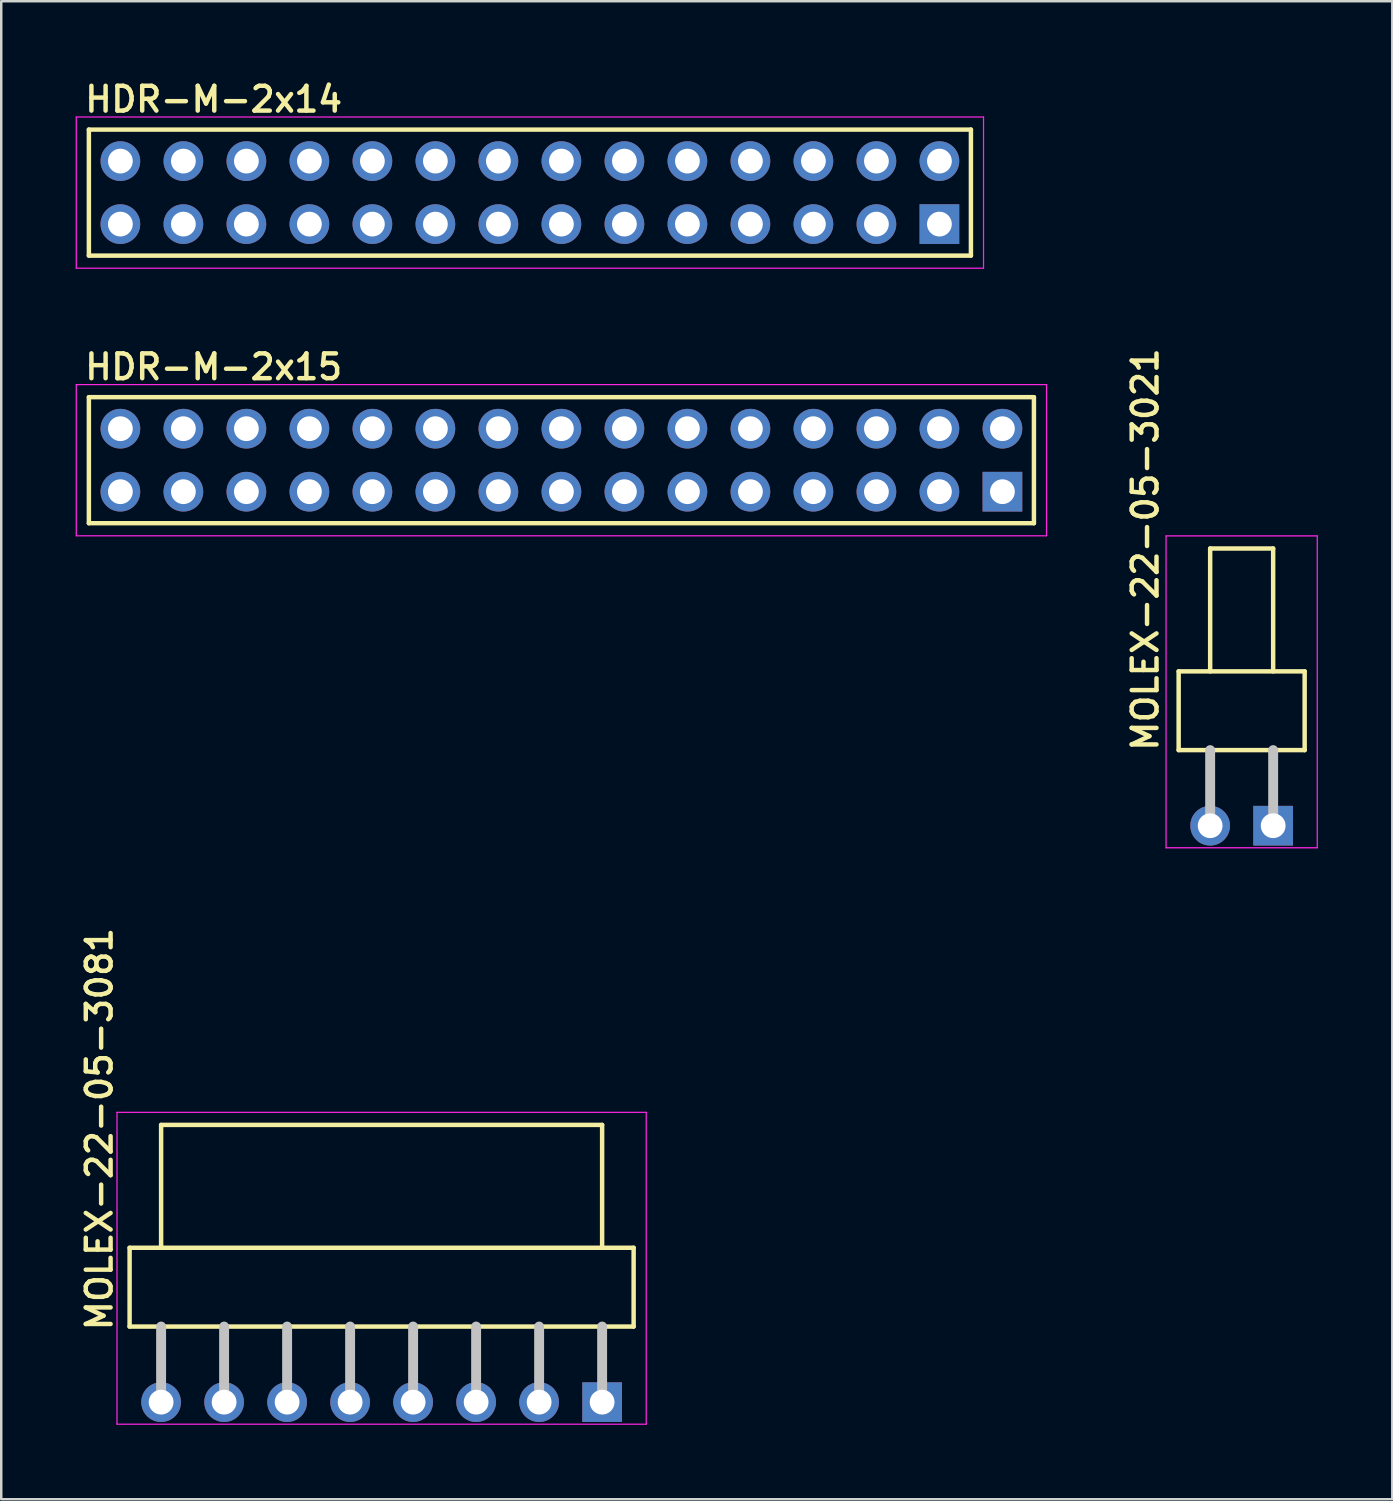
<source format=kicad_pcb>
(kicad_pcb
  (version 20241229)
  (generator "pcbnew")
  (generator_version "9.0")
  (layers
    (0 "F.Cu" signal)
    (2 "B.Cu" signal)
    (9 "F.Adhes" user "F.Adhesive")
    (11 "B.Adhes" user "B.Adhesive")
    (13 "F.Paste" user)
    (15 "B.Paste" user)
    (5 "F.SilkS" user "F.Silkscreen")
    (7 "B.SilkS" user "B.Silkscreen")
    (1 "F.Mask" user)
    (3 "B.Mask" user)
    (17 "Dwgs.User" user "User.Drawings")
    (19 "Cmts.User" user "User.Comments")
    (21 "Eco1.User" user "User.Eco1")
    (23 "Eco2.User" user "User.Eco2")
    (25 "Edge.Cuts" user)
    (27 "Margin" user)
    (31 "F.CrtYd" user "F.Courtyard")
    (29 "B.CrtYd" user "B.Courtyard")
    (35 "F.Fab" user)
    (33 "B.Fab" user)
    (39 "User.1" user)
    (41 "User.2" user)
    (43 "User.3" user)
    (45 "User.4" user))
  (footprint "MOLEX-22-05-3021"
    (layer "F.Cu")
    (at 47.008 30.239)
    (property "Reference" "MOLEX-22-05-3021" (at -3.302 -2.921 90) (layer "F.SilkS") (effects (font (size 1 1) (thickness 0.18)) (justify left bottom)))
    (attr through_hole)
    (fp_line (start -2.54 -6.223) (end -2.54 -3.048) (stroke (width 0.18) (type solid)) (layer "F.SilkS"))
    (fp_line (start -2.54 -3.048) (end 2.54 -3.048) (stroke (width 0.18) (type solid)) (layer "F.SilkS"))
    (fp_line (start -1.27 -11.176) (end 1.27 -11.176) (stroke (width 0.18) (type solid)) (layer "F.SilkS"))
    (fp_line (start -1.27 -6.223) (end -1.27 -11.176) (stroke (width 0.18) (type solid)) (layer "F.SilkS"))
    (fp_line (start 1.27 -6.223) (end 1.27 -11.176) (stroke (width 0.18) (type solid)) (layer "F.SilkS"))
    (fp_line (start 2.54 -6.223) (end -2.54 -6.223) (stroke (width 0.18) (type solid)) (layer "F.SilkS"))
    (fp_line (start 2.54 -3.048) (end 2.54 -6.223) (stroke (width 0.18) (type solid)) (layer "F.SilkS"))
    (fp_line (start -1.27 -3.048) (end -1.27 0) (stroke (width 0.4) (type solid)) (layer "Dwgs.User"))
    (fp_line (start 1.27 -3.048) (end 1.27 0) (stroke (width 0.4) (type solid)) (layer "Dwgs.User"))
    (fp_line (start -3.048 -11.684) (end 3.048 -11.684) (stroke (width 0.05) (type solid)) (layer "F.CrtYd"))
    (fp_line (start -3.048 0.889) (end -3.048 -11.684) (stroke (width 0.05) (type solid)) (layer "F.CrtYd"))
    (fp_line (start 3.048 -11.684) (end 3.048 0.889) (stroke (width 0.05) (type solid)) (layer "F.CrtYd"))
    (fp_line (start 3.048 0.889) (end -3.048 0.889) (stroke (width 0.05) (type solid)) (layer "F.CrtYd"))
    (pad "1" thru_hole rect (at 1.27 0) (size 1.6 1.6) (drill 1) (layers "*.Cu" "*.Mask"))
    (pad "2" thru_hole circle (at -1.27 0) (size 1.6 1.6) (drill 1) (layers "*.Cu" "*.Mask")))
  (footprint "MOLEX-22-05-3081"
    (layer "F.Cu")
    (at 12.335 53.478)
    (property "Reference" "MOLEX-22-05-3081" (at -10.795 -2.794 90) (layer "F.SilkS") (effects (font (size 1 1) (thickness 0.18)) (justify left bottom)))
    (attr through_hole)
    (fp_line (start -10.16 -6.223) (end -10.16 -3.048) (stroke (width 0.18) (type solid)) (layer "F.SilkS"))
    (fp_line (start -10.16 -3.048) (end 10.16 -3.048) (stroke (width 0.18) (type solid)) (layer "F.SilkS"))
    (fp_line (start -8.89 -6.223) (end -8.89 -11.176) (stroke (width 0.18) (type solid)) (layer "F.SilkS"))
    (fp_line (start 8.89 -11.176) (end -8.89 -11.176) (stroke (width 0.18) (type solid)) (layer "F.SilkS"))
    (fp_line (start 8.89 -6.223) (end 8.89 -11.176) (stroke (width 0.18) (type solid)) (layer "F.SilkS"))
    (fp_line (start 10.16 -6.223) (end -10.16 -6.223) (stroke (width 0.18) (type solid)) (layer "F.SilkS"))
    (fp_line (start 10.16 -3.048) (end 10.16 -6.223) (stroke (width 0.18) (type solid)) (layer "F.SilkS"))
    (fp_line (start -8.89 -3.048) (end -8.89 0) (stroke (width 0.4) (type solid)) (layer "Dwgs.User"))
    (fp_line (start -6.35 -3.048) (end -6.35 0) (stroke (width 0.4) (type solid)) (layer "Dwgs.User"))
    (fp_line (start -3.81 -3.048) (end -3.81 0) (stroke (width 0.4) (type solid)) (layer "Dwgs.User"))
    (fp_line (start -1.27 -3.048) (end -1.27 0) (stroke (width 0.4) (type solid)) (layer "Dwgs.User"))
    (fp_line (start 1.27 -3.048) (end 1.27 0) (stroke (width 0.4) (type solid)) (layer "Dwgs.User"))
    (fp_line (start 3.81 -3.048) (end 3.81 0) (stroke (width 0.4) (type solid)) (layer "Dwgs.User"))
    (fp_line (start 6.35 -3.048) (end 6.35 0) (stroke (width 0.4) (type solid)) (layer "Dwgs.User"))
    (fp_line (start 8.89 -3.048) (end 8.89 0) (stroke (width 0.4) (type solid)) (layer "Dwgs.User"))
    (fp_line (start -10.668 -11.684) (end 10.668 -11.684) (stroke (width 0.05) (type solid)) (layer "F.CrtYd"))
    (fp_line (start -10.668 0.889) (end -10.668 -11.684) (stroke (width 0.05) (type solid)) (layer "F.CrtYd"))
    (fp_line (start 10.668 -11.684) (end 10.668 0.889) (stroke (width 0.05) (type solid)) (layer "F.CrtYd"))
    (fp_line (start 10.668 0.889) (end -10.668 0.889) (stroke (width 0.05) (type solid)) (layer "F.CrtYd"))
    (pad "1" thru_hole rect (at 8.89 0) (size 1.6 1.6) (drill 1) (layers "*.Cu" "*.Mask"))
    (pad "2" thru_hole circle (at 6.35 0) (size 1.6 1.6) (drill 1) (layers "*.Cu" "*.Mask"))
    (pad "3" thru_hole circle (at 3.81 0) (size 1.6 1.6) (drill 1) (layers "*.Cu" "*.Mask"))
    (pad "4" thru_hole circle (at 1.27 0) (size 1.6 1.6) (drill 1) (layers "*.Cu" "*.Mask"))
    (pad "5" thru_hole circle (at -1.27 0) (size 1.6 1.6) (drill 1) (layers "*.Cu" "*.Mask"))
    (pad "6" thru_hole circle (at -3.81 0) (size 1.6 1.6) (drill 1) (layers "*.Cu" "*.Mask"))
    (pad "7" thru_hole circle (at -6.35 0) (size 1.6 1.6) (drill 1) (layers "*.Cu" "*.Mask"))
    (pad "8" thru_hole circle (at -8.89 0) (size 1.6 1.6) (drill 1) (layers "*.Cu" "*.Mask")))
  (footprint "HDR-M-2x15"
    (layer "F.Cu")
    (at 19.583 15.503)
    (property "Reference" "HDR-M-2x15" (at -19.304 -3.175 0) (layer "F.SilkS") (effects (font (size 1 1) (thickness 0.18)) (justify left bottom)))
    (attr through_hole)
    (fp_line (start -19.05 -2.54) (end 19.05 -2.54) (stroke (width 0.18) (type solid)) (layer "F.SilkS"))
    (fp_line (start -19.05 2.54) (end -19.05 -2.54) (stroke (width 0.18) (type solid)) (layer "F.SilkS"))
    (fp_line (start 19.05 -2.54) (end 19.05 2.54) (stroke (width 0.18) (type solid)) (layer "F.SilkS"))
    (fp_line (start 19.05 2.54) (end -19.05 2.54) (stroke (width 0.18) (type solid)) (layer "F.SilkS"))
    (fp_line (start -19.558 -3.048) (end 19.558 -3.048) (stroke (width 0.05) (type solid)) (layer "F.CrtYd"))
    (fp_line (start -19.558 3.048) (end -19.558 -3.048) (stroke (width 0.05) (type solid)) (layer "F.CrtYd"))
    (fp_line (start 19.558 -3.048) (end 19.558 3.048) (stroke (width 0.05) (type solid)) (layer "F.CrtYd"))
    (fp_line (start 19.558 3.048) (end -19.558 3.048) (stroke (width 0.05) (type solid)) (layer "F.CrtYd"))
    (pad "1" thru_hole rect (at 17.78 1.27) (size 1.6 1.6) (drill 1) (layers "*.Cu" "*.Mask"))
    (pad "2" thru_hole circle (at 17.78 -1.27) (size 1.6 1.6) (drill 1) (layers "*.Cu" "*.Mask"))
    (pad "3" thru_hole circle (at 15.24 1.27) (size 1.6 1.6) (drill 1) (layers "*.Cu" "*.Mask"))
    (pad "4" thru_hole circle (at 15.24 -1.27) (size 1.6 1.6) (drill 1) (layers "*.Cu" "*.Mask"))
    (pad "5" thru_hole circle (at 12.7 1.27) (size 1.6 1.6) (drill 1) (layers "*.Cu" "*.Mask"))
    (pad "6" thru_hole circle (at 12.7 -1.27) (size 1.6 1.6) (drill 1) (layers "*.Cu" "*.Mask"))
    (pad "7" thru_hole circle (at 10.16 1.27) (size 1.6 1.6) (drill 1) (layers "*.Cu" "*.Mask"))
    (pad "8" thru_hole circle (at 10.16 -1.27) (size 1.6 1.6) (drill 1) (layers "*.Cu" "*.Mask"))
    (pad "9" thru_hole circle (at 7.62 1.27) (size 1.6 1.6) (drill 1) (layers "*.Cu" "*.Mask"))
    (pad "10" thru_hole circle (at 7.62 -1.27) (size 1.6 1.6) (drill 1) (layers "*.Cu" "*.Mask"))
    (pad "11" thru_hole circle (at 5.08 1.27) (size 1.6 1.6) (drill 1) (layers "*.Cu" "*.Mask"))
    (pad "12" thru_hole circle (at 5.08 -1.27) (size 1.6 1.6) (drill 1) (layers "*.Cu" "*.Mask"))
    (pad "13" thru_hole circle (at 2.54 1.27) (size 1.6 1.6) (drill 1) (layers "*.Cu" "*.Mask"))
    (pad "14" thru_hole circle (at 2.54 -1.27) (size 1.6 1.6) (drill 1) (layers "*.Cu" "*.Mask"))
    (pad "15" thru_hole circle (at 0 1.27) (size 1.6 1.6) (drill 1) (layers "*.Cu" "*.Mask"))
    (pad "16" thru_hole circle (at 0 -1.27) (size 1.6 1.6) (drill 1) (layers "*.Cu" "*.Mask"))
    (pad "17" thru_hole circle (at -2.54 1.27) (size 1.6 1.6) (drill 1) (layers "*.Cu" "*.Mask"))
    (pad "18" thru_hole circle (at -2.54 -1.27) (size 1.6 1.6) (drill 1) (layers "*.Cu" "*.Mask"))
    (pad "19" thru_hole circle (at -5.08 1.27) (size 1.6 1.6) (drill 1) (layers "*.Cu" "*.Mask"))
    (pad "20" thru_hole circle (at -5.08 -1.27) (size 1.6 1.6) (drill 1) (layers "*.Cu" "*.Mask"))
    (pad "21" thru_hole circle (at -7.62 1.27) (size 1.6 1.6) (drill 1) (layers "*.Cu" "*.Mask"))
    (pad "22" thru_hole circle (at -7.62 -1.27) (size 1.6 1.6) (drill 1) (layers "*.Cu" "*.Mask"))
    (pad "23" thru_hole circle (at -10.16 1.27) (size 1.6 1.6) (drill 1) (layers "*.Cu" "*.Mask"))
    (pad "24" thru_hole circle (at -10.16 -1.27) (size 1.6 1.6) (drill 1) (layers "*.Cu" "*.Mask"))
    (pad "25" thru_hole circle (at -12.7 1.27) (size 1.6 1.6) (drill 1) (layers "*.Cu" "*.Mask"))
    (pad "26" thru_hole circle (at -12.7 -1.27) (size 1.6 1.6) (drill 1) (layers "*.Cu" "*.Mask"))
    (pad "27" thru_hole circle (at -15.24 1.27) (size 1.6 1.6) (drill 1) (layers "*.Cu" "*.Mask"))
    (pad "28" thru_hole circle (at -15.24 -1.27) (size 1.6 1.6) (drill 1) (layers "*.Cu" "*.Mask"))
    (pad "29" thru_hole circle (at -17.78 1.27) (size 1.6 1.6) (drill 1) (layers "*.Cu" "*.Mask"))
    (pad "30" thru_hole circle (at -17.78 -1.27) (size 1.6 1.6) (drill 1) (layers "*.Cu" "*.Mask")))
  (footprint "HDR-M-2x14"
    (layer "F.Cu")
    (at 18.313 4.715)
    (property "Reference" "HDR-M-2x14" (at -18.034 -3.175 0) (layer "F.SilkS") (effects (font (size 1 1) (thickness 0.18)) (justify left bottom)))
    (attr through_hole)
    (fp_line (start -17.78 -2.54) (end 17.78 -2.54) (stroke (width 0.18) (type solid)) (layer "F.SilkS"))
    (fp_line (start -17.78 2.54) (end -17.78 -2.54) (stroke (width 0.18) (type solid)) (layer "F.SilkS"))
    (fp_line (start 17.78 -2.54) (end 17.78 2.54) (stroke (width 0.18) (type solid)) (layer "F.SilkS"))
    (fp_line (start 17.78 2.54) (end -17.78 2.54) (stroke (width 0.18) (type solid)) (layer "F.SilkS"))
    (fp_line (start -18.288 -3.048) (end 18.288 -3.048) (stroke (width 0.05) (type solid)) (layer "F.CrtYd"))
    (fp_line (start -18.288 3.048) (end -18.288 -3.048) (stroke (width 0.05) (type solid)) (layer "F.CrtYd"))
    (fp_line (start 18.288 -3.048) (end 18.288 3.048) (stroke (width 0.05) (type solid)) (layer "F.CrtYd"))
    (fp_line (start 18.288 3.048) (end -18.288 3.048) (stroke (width 0.05) (type solid)) (layer "F.CrtYd"))
    (pad "1" thru_hole rect (at 16.51 1.27) (size 1.6 1.6) (drill 1) (layers "*.Cu" "*.Mask"))
    (pad "2" thru_hole circle (at 16.51 -1.27) (size 1.6 1.6) (drill 1) (layers "*.Cu" "*.Mask"))
    (pad "3" thru_hole circle (at 13.97 1.27) (size 1.6 1.6) (drill 1) (layers "*.Cu" "*.Mask"))
    (pad "4" thru_hole circle (at 13.97 -1.27) (size 1.6 1.6) (drill 1) (layers "*.Cu" "*.Mask"))
    (pad "5" thru_hole circle (at 11.43 1.27) (size 1.6 1.6) (drill 1) (layers "*.Cu" "*.Mask"))
    (pad "6" thru_hole circle (at 11.43 -1.27) (size 1.6 1.6) (drill 1) (layers "*.Cu" "*.Mask"))
    (pad "7" thru_hole circle (at 8.89 1.27) (size 1.6 1.6) (drill 1) (layers "*.Cu" "*.Mask"))
    (pad "8" thru_hole circle (at 8.89 -1.27) (size 1.6 1.6) (drill 1) (layers "*.Cu" "*.Mask"))
    (pad "9" thru_hole circle (at 6.35 1.27) (size 1.6 1.6) (drill 1) (layers "*.Cu" "*.Mask"))
    (pad "10" thru_hole circle (at 6.35 -1.27) (size 1.6 1.6) (drill 1) (layers "*.Cu" "*.Mask"))
    (pad "11" thru_hole circle (at 3.81 1.27) (size 1.6 1.6) (drill 1) (layers "*.Cu" "*.Mask"))
    (pad "12" thru_hole circle (at 3.81 -1.27) (size 1.6 1.6) (drill 1) (layers "*.Cu" "*.Mask"))
    (pad "13" thru_hole circle (at 1.27 1.27) (size 1.6 1.6) (drill 1) (layers "*.Cu" "*.Mask"))
    (pad "14" thru_hole circle (at 1.27 -1.27) (size 1.6 1.6) (drill 1) (layers "*.Cu" "*.Mask"))
    (pad "15" thru_hole circle (at -1.27 1.27) (size 1.6 1.6) (drill 1) (layers "*.Cu" "*.Mask"))
    (pad "16" thru_hole circle (at -1.27 -1.27) (size 1.6 1.6) (drill 1) (layers "*.Cu" "*.Mask"))
    (pad "17" thru_hole circle (at -3.81 1.27) (size 1.6 1.6) (drill 1) (layers "*.Cu" "*.Mask"))
    (pad "18" thru_hole circle (at -3.81 -1.27) (size 1.6 1.6) (drill 1) (layers "*.Cu" "*.Mask"))
    (pad "19" thru_hole circle (at -6.35 1.27) (size 1.6 1.6) (drill 1) (layers "*.Cu" "*.Mask"))
    (pad "20" thru_hole circle (at -6.35 -1.27) (size 1.6 1.6) (drill 1) (layers "*.Cu" "*.Mask"))
    (pad "21" thru_hole circle (at -8.89 1.27) (size 1.6 1.6) (drill 1) (layers "*.Cu" "*.Mask"))
    (pad "22" thru_hole circle (at -8.89 -1.27) (size 1.6 1.6) (drill 1) (layers "*.Cu" "*.Mask"))
    (pad "23" thru_hole circle (at -11.43 1.27) (size 1.6 1.6) (drill 1) (layers "*.Cu" "*.Mask"))
    (pad "24" thru_hole circle (at -11.43 -1.27) (size 1.6 1.6) (drill 1) (layers "*.Cu" "*.Mask"))
    (pad "25" thru_hole circle (at -13.97 1.27) (size 1.6 1.6) (drill 1) (layers "*.Cu" "*.Mask"))
    (pad "26" thru_hole circle (at -13.97 -1.27) (size 1.6 1.6) (drill 1) (layers "*.Cu" "*.Mask"))
    (pad "27" thru_hole circle (at -16.51 1.27) (size 1.6 1.6) (drill 1) (layers "*.Cu" "*.Mask"))
    (pad "28" thru_hole circle (at -16.51 -1.27) (size 1.6 1.6) (drill 1) (layers "*.Cu" "*.Mask")))
  (gr_rect
    (start -3 -3)
    (end 53.081 57.392)
    (stroke (width 0.1) (type default))
    (fill no)
    (layer "Edge.Cuts")))
</source>
